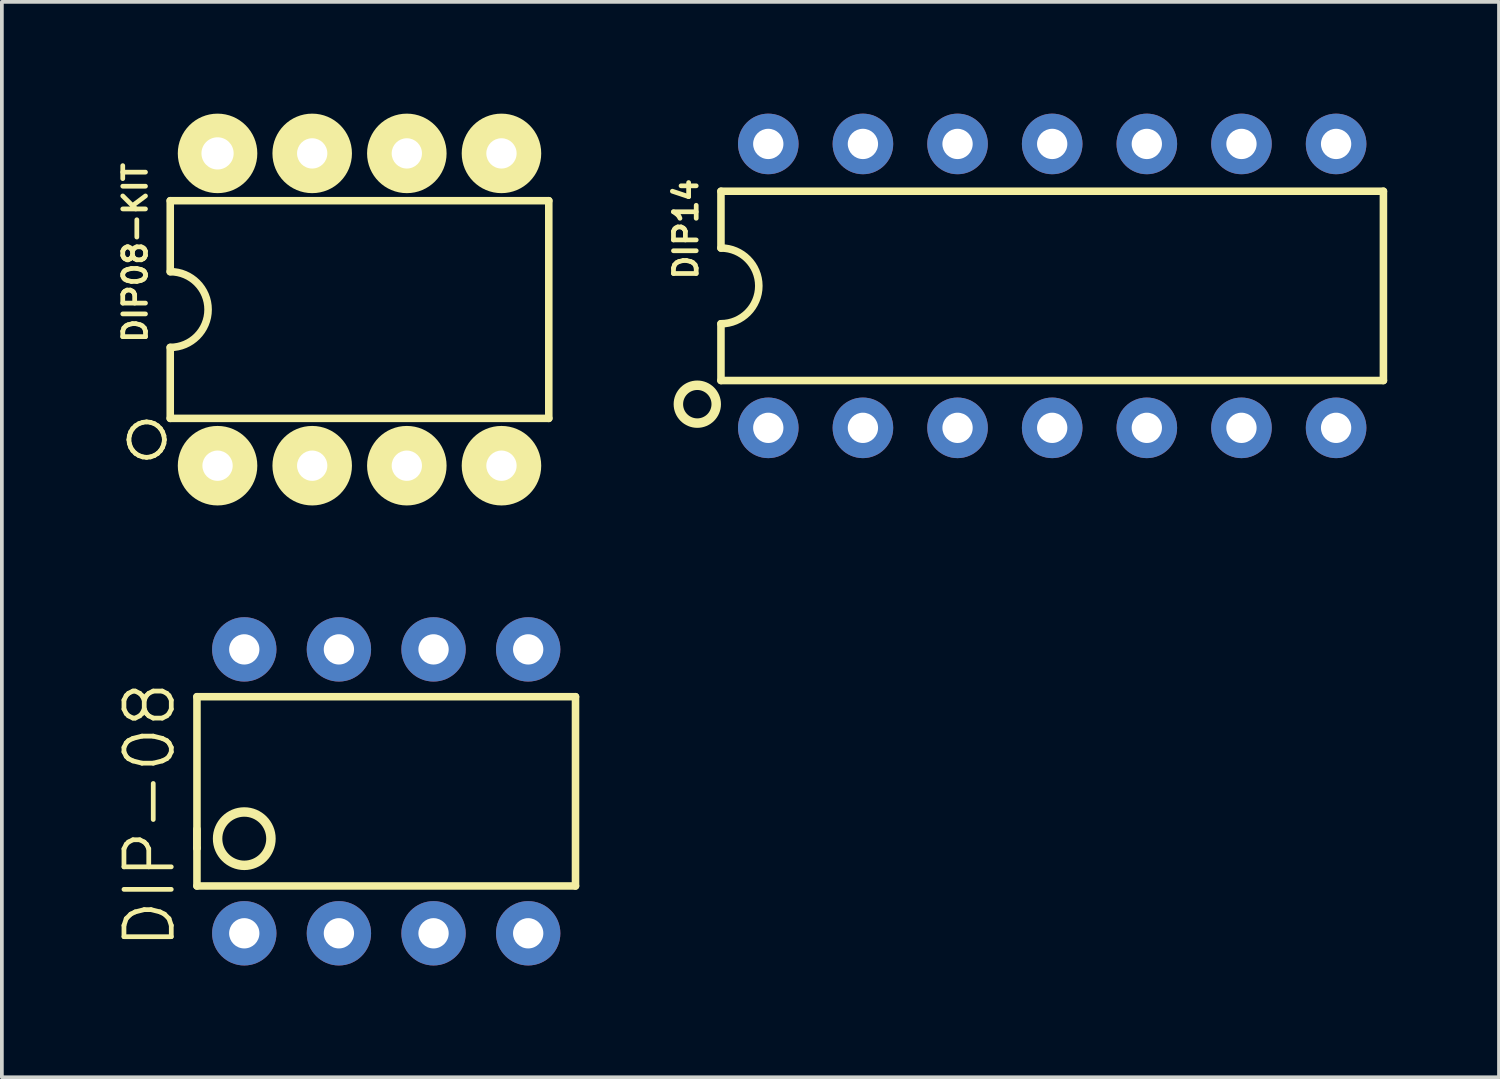
<source format=kicad_pcb>
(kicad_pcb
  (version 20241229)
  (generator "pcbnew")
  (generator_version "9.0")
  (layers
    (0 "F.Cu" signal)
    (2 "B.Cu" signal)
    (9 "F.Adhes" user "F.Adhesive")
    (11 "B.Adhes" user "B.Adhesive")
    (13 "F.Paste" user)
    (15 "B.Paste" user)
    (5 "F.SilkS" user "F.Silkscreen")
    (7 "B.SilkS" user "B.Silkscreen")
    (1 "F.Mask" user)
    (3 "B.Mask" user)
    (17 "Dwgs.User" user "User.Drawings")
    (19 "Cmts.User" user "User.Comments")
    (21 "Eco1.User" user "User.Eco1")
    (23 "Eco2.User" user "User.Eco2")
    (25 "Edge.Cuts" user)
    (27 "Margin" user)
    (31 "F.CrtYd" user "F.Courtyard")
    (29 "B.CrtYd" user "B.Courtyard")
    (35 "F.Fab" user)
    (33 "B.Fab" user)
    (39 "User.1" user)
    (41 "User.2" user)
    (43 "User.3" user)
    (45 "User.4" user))
  (footprint "DIP08-KIT"
    (layer "F.Cu")
    (at 6.599 5.258)
    (property "Reference" "DIP08-KIT" (at -6.02 -1.524 90) (layer "F.SilkS") (effects (font (size 0.61 0.61) (thickness 0.127))))
    (attr exclude_from_pos_files exclude_from_bom)
    (fp_line (start -6.19 3.493) (end -6.177 3.386) (stroke (width 0.127) (type solid)) (layer "F.SilkS"))
    (fp_line (start -6.177 3.386) (end -6.142 3.284) (stroke (width 0.127) (type solid)) (layer "F.SilkS"))
    (fp_line (start -6.177 3.597) (end -6.19 3.493) (stroke (width 0.127) (type solid)) (layer "F.SilkS"))
    (fp_line (start -6.142 3.284) (end -6.086 3.195) (stroke (width 0.127) (type solid)) (layer "F.SilkS"))
    (fp_line (start -6.142 3.698) (end -6.177 3.597) (stroke (width 0.127) (type solid)) (layer "F.SilkS"))
    (fp_line (start -6.086 3.195) (end -6.01 3.119) (stroke (width 0.127) (type solid)) (layer "F.SilkS"))
    (fp_line (start -6.086 3.787) (end -6.142 3.698) (stroke (width 0.127) (type solid)) (layer "F.SilkS"))
    (fp_line (start -6.01 3.119) (end -5.921 3.063) (stroke (width 0.127) (type solid)) (layer "F.SilkS"))
    (fp_line (start -6.01 3.863) (end -6.086 3.787) (stroke (width 0.127) (type solid)) (layer "F.SilkS"))
    (fp_line (start -5.921 3.063) (end -5.819 3.028) (stroke (width 0.127) (type solid)) (layer "F.SilkS"))
    (fp_line (start -5.921 3.919) (end -6.01 3.863) (stroke (width 0.127) (type solid)) (layer "F.SilkS"))
    (fp_line (start -5.819 3.028) (end -5.715 3.015) (stroke (width 0.127) (type solid)) (layer "F.SilkS"))
    (fp_line (start -5.819 3.955) (end -5.921 3.919) (stroke (width 0.127) (type solid)) (layer "F.SilkS"))
    (fp_line (start -5.715 3.015) (end -5.608 3.028) (stroke (width 0.127) (type solid)) (layer "F.SilkS"))
    (fp_line (start -5.715 3.967) (end -5.819 3.955) (stroke (width 0.127) (type solid)) (layer "F.SilkS"))
    (fp_line (start -5.608 3.028) (end -5.507 3.063) (stroke (width 0.127) (type solid)) (layer "F.SilkS"))
    (fp_line (start -5.608 3.955) (end -5.715 3.967) (stroke (width 0.127) (type solid)) (layer "F.SilkS"))
    (fp_line (start -5.507 3.063) (end -5.418 3.119) (stroke (width 0.127) (type solid)) (layer "F.SilkS"))
    (fp_line (start -5.507 3.919) (end -5.608 3.955) (stroke (width 0.127) (type solid)) (layer "F.SilkS"))
    (fp_line (start -5.418 3.119) (end -5.342 3.195) (stroke (width 0.127) (type solid)) (layer "F.SilkS"))
    (fp_line (start -5.418 3.863) (end -5.507 3.919) (stroke (width 0.127) (type solid)) (layer "F.SilkS"))
    (fp_line (start -5.342 3.195) (end -5.286 3.284) (stroke (width 0.127) (type solid)) (layer "F.SilkS"))
    (fp_line (start -5.342 3.787) (end -5.418 3.863) (stroke (width 0.127) (type solid)) (layer "F.SilkS"))
    (fp_line (start -5.286 3.284) (end -5.25 3.386) (stroke (width 0.127) (type solid)) (layer "F.SilkS"))
    (fp_line (start -5.286 3.698) (end -5.342 3.787) (stroke (width 0.127) (type solid)) (layer "F.SilkS"))
    (fp_line (start -5.25 3.386) (end -5.237 3.493) (stroke (width 0.127) (type solid)) (layer "F.SilkS"))
    (fp_line (start -5.25 3.597) (end -5.286 3.698) (stroke (width 0.127) (type solid)) (layer "F.SilkS"))
    (fp_line (start -5.237 3.493) (end -5.25 3.597) (stroke (width 0.127) (type solid)) (layer "F.SilkS"))
    (fp_line (start -5.08 -2.921) (end -5.08 -1.016) (stroke (width 0.203) (type solid)) (layer "F.SilkS"))
    (fp_line (start -5.08 -2.921) (end 5.08 -2.921) (stroke (width 0.203) (type solid)) (layer "F.SilkS"))
    (fp_line (start -5.08 2.921) (end -5.08 1.016) (stroke (width 0.203) (type solid)) (layer "F.SilkS"))
    (fp_line (start -5.08 2.921) (end 5.08 2.921) (stroke (width 0.203) (type solid)) (layer "F.SilkS"))
    (fp_line (start 5.08 -2.921) (end 5.08 2.921) (stroke (width 0.203) (type solid)) (layer "F.SilkS"))
    (fp_arc (start -5.08 -1.016) (mid -4.064 0) (end -5.08 1.016) (stroke (width 0.2032) (type solid)) (layer "F.SilkS"))
    (fp_circle (center -3.81 -4.191) (end -3.81 -5.258) (stroke (width 0) (type solid)) (fill yes) (layer "F.SilkS"))
    (fp_circle (center -3.81 -4.191) (end -3.81 -4.623) (stroke (width 0) (type solid)) (fill yes) (layer "F.SilkS"))
    (fp_circle (center -3.81 4.191) (end -3.81 3.124) (stroke (width 0) (type solid)) (fill yes) (layer "F.SilkS"))
    (fp_circle (center -3.81 4.191) (end -3.81 3.759) (stroke (width 0) (type solid)) (fill yes) (layer "F.SilkS"))
    (fp_circle (center -1.27 -4.191) (end -1.27 -5.258) (stroke (width 0) (type solid)) (fill yes) (layer "F.SilkS"))
    (fp_circle (center -1.27 -4.191) (end -1.27 -4.623) (stroke (width 0) (type solid)) (fill yes) (layer "F.SilkS"))
    (fp_circle (center -1.27 4.191) (end -1.27 3.124) (stroke (width 0) (type solid)) (fill yes) (layer "F.SilkS"))
    (fp_circle (center -1.27 4.191) (end -1.27 3.759) (stroke (width 0) (type solid)) (fill yes) (layer "F.SilkS"))
    (fp_circle (center 1.27 -4.191) (end 1.27 -5.258) (stroke (width 0) (type solid)) (fill yes) (layer "F.SilkS"))
    (fp_circle (center 1.27 -4.191) (end 1.27 -4.623) (stroke (width 0) (type solid)) (fill yes) (layer "F.SilkS"))
    (fp_circle (center 1.27 4.191) (end 1.27 3.124) (stroke (width 0) (type solid)) (fill yes) (layer "F.SilkS"))
    (fp_circle (center 1.27 4.191) (end 1.27 3.759) (stroke (width 0) (type solid)) (fill yes) (layer "F.SilkS"))
    (fp_circle (center 3.81 -4.191) (end 3.81 -5.258) (stroke (width 0) (type solid)) (fill yes) (layer "F.SilkS"))
    (fp_circle (center 3.81 -4.191) (end 3.81 -4.623) (stroke (width 0) (type solid)) (fill yes) (layer "F.SilkS"))
    (fp_circle (center 3.81 4.191) (end 3.81 3.124) (stroke (width 0) (type solid)) (fill yes) (layer "F.SilkS"))
    (fp_circle (center 3.81 4.191) (end 3.81 3.759) (stroke (width 0) (type solid)) (fill yes) (layer "F.SilkS"))
    (pad "1" thru_hole circle (at -3.81 4.191) (size 1.905 1.905) (drill 0.813) (layers "*.Cu" "*.Paste" "*.Mask"))
    (pad "2" thru_hole circle (at -1.27 4.191) (size 1.905 1.905) (drill 0.813) (layers "*.Cu" "*.Paste" "*.Mask"))
    (pad "3" thru_hole circle (at 1.27 4.191) (size 1.905 1.905) (drill 0.813) (layers "*.Cu" "*.Paste" "*.Mask"))
    (pad "4" thru_hole circle (at 3.81 4.191) (size 1.905 1.905) (drill 0.813) (layers "*.Cu" "*.Paste" "*.Mask"))
    (pad "5" thru_hole circle (at 3.81 -4.191) (size 1.905 1.905) (drill 0.813) (layers "*.Cu" "*.Paste" "*.Mask"))
    (pad "6" thru_hole circle (at 1.27 -4.191) (size 1.905 1.905) (drill 0.813) (layers "*.Cu" "*.Paste" "*.Mask"))
    (pad "7" thru_hole circle (at -1.27 -4.191) (size 1.905 1.905) (drill 0.813) (layers "*.Cu" "*.Paste" "*.Mask"))
    (pad "8" thru_hole circle (at -3.81 -4.191) (size 1.905 1.905) (drill 0.864) (layers "*.Cu" "*.Paste" "*.Mask")))
  (footprint "DIP-08"
    (layer "F.Cu")
    (at 7.316 18.189)
    (property "Reference" "DIP-08" (at -6.35 0.635 90) (layer "F.SilkS") (effects (font (size 1.27 1.27) (thickness 0.127))))
    (attr exclude_from_pos_files exclude_from_bom)
    (fp_line (start -5.08 -2.54) (end -5.08 1.524) (stroke (width 0.203) (type solid)) (layer "F.SilkS"))
    (fp_line (start -5.08 -2.54) (end 5.08 -2.54) (stroke (width 0.203) (type solid)) (layer "F.SilkS"))
    (fp_line (start -5.08 1.524) (end -5.08 1.016) (stroke (width 0.203) (type solid)) (layer "F.SilkS"))
    (fp_line (start -5.08 2.54) (end -5.08 1.524) (stroke (width 0.203) (type solid)) (layer "F.SilkS"))
    (fp_line (start -5.08 2.54) (end 5.08 2.54) (stroke (width 0.203) (type solid)) (layer "F.SilkS"))
    (fp_line (start 5.08 -2.54) (end 5.08 2.54) (stroke (width 0.203) (type solid)) (layer "F.SilkS"))
    (fp_circle (center -3.81 1.27) (end -3.81 0.554) (stroke (width 0.254) (type solid)) (fill no) (layer "F.SilkS"))
    (pad "1" thru_hole circle (at -3.81 3.81) (size 1.727 1.727) (drill 0.813) (layers "*.Cu" "*.Paste" "*.Mask"))
    (pad "2" thru_hole circle (at -1.27 3.81) (size 1.727 1.727) (drill 0.813) (layers "*.Cu" "*.Paste" "*.Mask"))
    (pad "3" thru_hole circle (at 1.27 3.81) (size 1.727 1.727) (drill 0.813) (layers "*.Cu" "*.Paste" "*.Mask"))
    (pad "4" thru_hole circle (at 3.81 3.81) (size 1.727 1.727) (drill 0.813) (layers "*.Cu" "*.Paste" "*.Mask"))
    (pad "5" thru_hole circle (at 3.81 -3.81) (size 1.727 1.727) (drill 0.813) (layers "*.Cu" "*.Paste" "*.Mask"))
    (pad "6" thru_hole circle (at 1.27 -3.81) (size 1.727 1.727) (drill 0.813) (layers "*.Cu" "*.Paste" "*.Mask"))
    (pad "7" thru_hole circle (at -1.27 -3.81) (size 1.727 1.727) (drill 0.813) (layers "*.Cu" "*.Paste" "*.Mask"))
    (pad "8" thru_hole circle (at -3.81 -3.81) (size 1.727 1.727) (drill 0.813) (layers "*.Cu" "*.Paste" "*.Mask")))
  (footprint "DIP14"
    (layer "F.Cu")
    (at 25.19 4.623)
    (property "Reference" "DIP14" (at -9.83 -1.524 90) (layer "F.SilkS") (effects (font (size 0.61 0.61) (thickness 0.127))))
    (attr exclude_from_pos_files exclude_from_bom)
    (fp_line (start -8.89 -2.54) (end -8.89 -1.016) (stroke (width 0.203) (type solid)) (layer "F.SilkS"))
    (fp_line (start -8.89 2.54) (end -8.89 1.016) (stroke (width 0.203) (type solid)) (layer "F.SilkS"))
    (fp_line (start -8.89 2.54) (end 8.89 2.54) (stroke (width 0.203) (type solid)) (layer "F.SilkS"))
    (fp_line (start 8.89 -2.54) (end -8.89 -2.54) (stroke (width 0.203) (type solid)) (layer "F.SilkS"))
    (fp_line (start 8.89 -2.54) (end 8.89 2.54) (stroke (width 0.203) (type solid)) (layer "F.SilkS"))
    (fp_arc (start -8.89 -1.016) (mid -7.874 0) (end -8.89 1.016) (stroke (width 0.2032) (type solid)) (layer "F.SilkS"))
    (fp_circle (center -9.525 3.175) (end -9.525 2.667) (stroke (width 0.254) (type solid)) (fill no) (layer "F.SilkS"))
    (pad "1" thru_hole circle (at -7.62 3.81) (size 1.626 1.626) (drill 0.813) (layers "*.Cu" "*.Paste" "*.Mask"))
    (pad "2" thru_hole circle (at -5.08 3.81) (size 1.626 1.626) (drill 0.813) (layers "*.Cu" "*.Paste" "*.Mask"))
    (pad "3" thru_hole circle (at -2.54 3.81) (size 1.626 1.626) (drill 0.813) (layers "*.Cu" "*.Paste" "*.Mask"))
    (pad "4" thru_hole circle (at 0 3.81) (size 1.626 1.626) (drill 0.813) (layers "*.Cu" "*.Paste" "*.Mask"))
    (pad "5" thru_hole circle (at 2.54 3.81) (size 1.626 1.626) (drill 0.813) (layers "*.Cu" "*.Paste" "*.Mask"))
    (pad "6" thru_hole circle (at 5.08 3.81) (size 1.626 1.626) (drill 0.813) (layers "*.Cu" "*.Paste" "*.Mask"))
    (pad "7" thru_hole circle (at 7.62 3.81) (size 1.626 1.626) (drill 0.813) (layers "*.Cu" "*.Paste" "*.Mask"))
    (pad "8" thru_hole circle (at 7.62 -3.81) (size 1.626 1.626) (drill 0.813) (layers "*.Cu" "*.Paste" "*.Mask"))
    (pad "9" thru_hole circle (at 5.08 -3.81) (size 1.626 1.626) (drill 0.813) (layers "*.Cu" "*.Paste" "*.Mask"))
    (pad "10" thru_hole circle (at 2.54 -3.81) (size 1.626 1.626) (drill 0.813) (layers "*.Cu" "*.Paste" "*.Mask"))
    (pad "11" thru_hole circle (at 0 -3.81) (size 1.626 1.626) (drill 0.813) (layers "*.Cu" "*.Paste" "*.Mask"))
    (pad "12" thru_hole circle (at -2.54 -3.81) (size 1.626 1.626) (drill 0.813) (layers "*.Cu" "*.Paste" "*.Mask"))
    (pad "13" thru_hole circle (at -5.08 -3.81) (size 1.626 1.626) (drill 0.813) (layers "*.Cu" "*.Paste" "*.Mask"))
    (pad "14" thru_hole circle (at -7.62 -3.81) (size 1.626 1.626) (drill 0.813) (layers "*.Cu" "*.Paste" "*.Mask")))
  (gr_rect
    (start -3 -3)
    (end 37.182 25.863)
    (stroke (width 0.1) (type default))
    (fill no)
    (layer "Edge.Cuts")))
</source>
